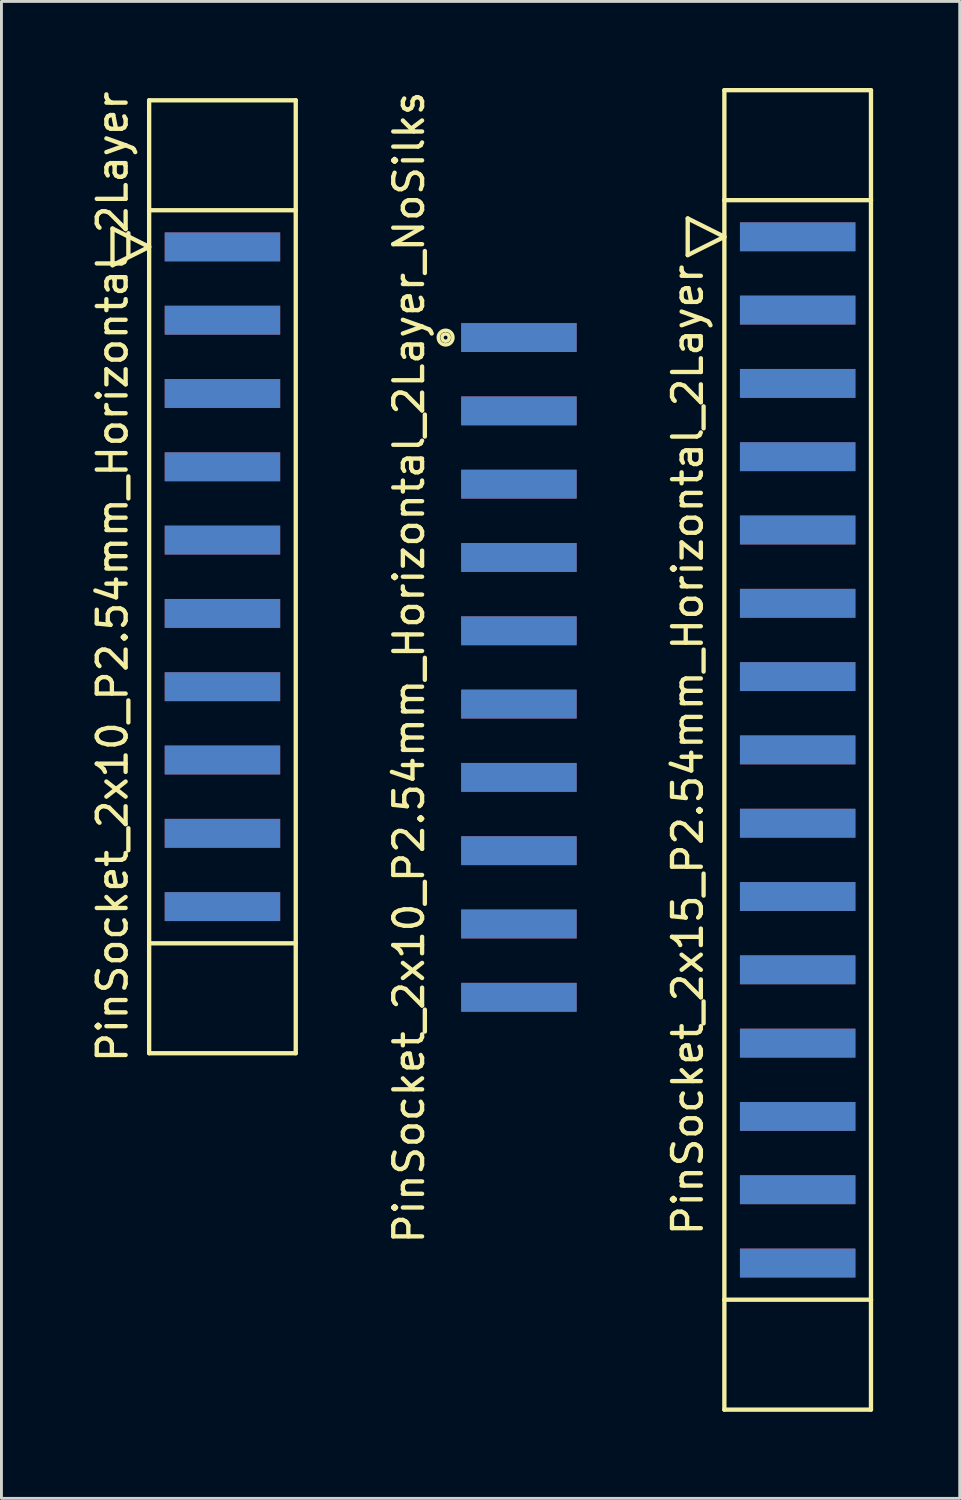
<source format=kicad_pcb>
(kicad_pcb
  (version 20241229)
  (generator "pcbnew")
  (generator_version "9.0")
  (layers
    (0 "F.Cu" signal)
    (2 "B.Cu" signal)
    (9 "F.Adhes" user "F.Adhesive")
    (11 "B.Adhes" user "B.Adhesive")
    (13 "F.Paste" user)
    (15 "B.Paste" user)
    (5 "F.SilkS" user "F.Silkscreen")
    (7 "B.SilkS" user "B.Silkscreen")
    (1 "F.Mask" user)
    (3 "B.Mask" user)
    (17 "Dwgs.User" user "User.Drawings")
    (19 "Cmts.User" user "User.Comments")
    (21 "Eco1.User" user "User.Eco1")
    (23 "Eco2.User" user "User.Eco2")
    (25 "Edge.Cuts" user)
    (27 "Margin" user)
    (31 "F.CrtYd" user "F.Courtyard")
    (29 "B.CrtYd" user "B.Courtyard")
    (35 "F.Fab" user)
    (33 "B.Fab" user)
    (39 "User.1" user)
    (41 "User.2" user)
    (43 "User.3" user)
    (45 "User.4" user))
  (footprint "PinSocket_2x15_P2.54mm_Horizontal_2Layer"
    (layer "F.Cu")
    (at 24.59 22.935)
    (property "Reference" "PinSocket_2x15_P2.54mm_Horizontal_2Layer" (at -3.81 0 90) (unlocked yes) (layer "F.SilkS") (effects (font (size 1 1) (thickness 0.15))))
    (attr smd)
    (fp_line (start -3.81 -18.415) (end -2.54 -17.78) (stroke (width 0.15) (type solid)) (layer "F.SilkS"))
    (fp_line (start -3.81 -17.145) (end -3.81 -18.415) (stroke (width 0.15) (type solid)) (layer "F.SilkS"))
    (fp_line (start -2.54 -22.86) (end 2.54 -22.86) (stroke (width 0.15) (type solid)) (layer "F.SilkS"))
    (fp_line (start -2.54 -19.05) (end -2.54 -22.86) (stroke (width 0.15) (type solid)) (layer "F.SilkS"))
    (fp_line (start -2.54 -19.05) (end 2.54 -19.05) (stroke (width 0.15) (type solid)) (layer "F.SilkS"))
    (fp_line (start -2.54 -17.78) (end -3.81 -17.145) (stroke (width 0.15) (type solid)) (layer "F.SilkS"))
    (fp_line (start -2.54 19.05) (end -2.54 -19.05) (stroke (width 0.15) (type solid)) (layer "F.SilkS"))
    (fp_line (start -2.54 19.05) (end -2.54 22.86) (stroke (width 0.15) (type solid)) (layer "F.SilkS"))
    (fp_line (start -2.54 22.86) (end 2.54 22.86) (stroke (width 0.15) (type solid)) (layer "F.SilkS"))
    (fp_line (start 2.54 -22.86) (end 2.54 -19.05) (stroke (width 0.15) (type solid)) (layer "F.SilkS"))
    (fp_line (start 2.54 -19.05) (end 2.54 19.05) (stroke (width 0.15) (type solid)) (layer "F.SilkS"))
    (fp_line (start 2.54 19.05) (end -2.54 19.05) (stroke (width 0.15) (type solid)) (layer "F.SilkS"))
    (fp_line (start 2.54 22.86) (end 2.54 19.05) (stroke (width 0.15) (type solid)) (layer "F.SilkS"))
    (pad "1" smd rect (at 0 -17.78 90) (size 1 4) (layers "F.Cu" "F.Mask" "F.Paste"))
    (pad "2" smd rect (at 0 -17.78 90) (size 1 4) (layers "B.Cu" "B.Mask" "B.Paste"))
    (pad "3" smd rect (at 0 -15.24 90) (size 1 4) (layers "F.Cu" "F.Mask" "F.Paste"))
    (pad "4" smd rect (at 0 -15.24 90) (size 1 4) (layers "B.Cu" "B.Mask" "B.Paste"))
    (pad "5" smd rect (at 0 -12.7 90) (size 1 4) (layers "F.Cu" "F.Mask" "F.Paste"))
    (pad "6" smd rect (at 0 -12.7 90) (size 1 4) (layers "B.Cu" "B.Mask" "B.Paste"))
    (pad "7" smd rect (at 0 -10.16 90) (size 1 4) (layers "F.Cu" "F.Mask" "F.Paste"))
    (pad "8" smd rect (at 0 -10.16 90) (size 1 4) (layers "B.Cu" "B.Mask" "B.Paste"))
    (pad "9" smd rect (at 0 -7.62 90) (size 1 4) (layers "F.Cu" "F.Mask" "F.Paste"))
    (pad "10" smd rect (at 0 -7.62 90) (size 1 4) (layers "B.Cu" "B.Mask" "B.Paste"))
    (pad "11" smd rect (at 0 -5.08 90) (size 1 4) (layers "F.Cu" "F.Mask" "F.Paste"))
    (pad "12" smd rect (at 0 -5.08 90) (size 1 4) (layers "B.Cu" "B.Mask" "B.Paste"))
    (pad "13" smd rect (at 0 -2.54 90) (size 1 4) (layers "F.Cu" "F.Mask" "F.Paste"))
    (pad "14" smd rect (at 0 -2.54 90) (size 1 4) (layers "B.Cu" "B.Mask" "B.Paste"))
    (pad "15" smd rect (at 0 0 90) (size 1 4) (layers "F.Cu" "F.Mask" "F.Paste"))
    (pad "16" smd rect (at 0 0 90) (size 1 4) (layers "B.Cu" "B.Mask" "B.Paste"))
    (pad "17" smd rect (at 0 2.54 90) (size 1 4) (layers "F.Cu" "F.Mask" "F.Paste"))
    (pad "18" smd rect (at 0 2.54 90) (size 1 4) (layers "B.Cu" "B.Mask" "B.Paste"))
    (pad "19" smd rect (at 0 5.08 90) (size 1 4) (layers "F.Cu" "F.Mask" "F.Paste"))
    (pad "20" smd rect (at 0 5.08 90) (size 1 4) (layers "B.Cu" "B.Mask" "B.Paste"))
    (pad "21" smd rect (at 0 7.62 90) (size 1 4) (layers "F.Cu" "F.Mask" "F.Paste"))
    (pad "22" smd rect (at 0 7.62 90) (size 1 4) (layers "B.Cu" "B.Mask" "B.Paste"))
    (pad "23" smd rect (at 0 10.16 90) (size 1 4) (layers "F.Cu" "F.Mask" "F.Paste"))
    (pad "24" smd rect (at 0 10.16 90) (size 1 4) (layers "B.Cu" "B.Mask" "B.Paste"))
    (pad "25" smd rect (at 0 12.7 90) (size 1 4) (layers "F.Cu" "F.Mask" "F.Paste"))
    (pad "26" smd rect (at 0 12.7 90) (size 1 4) (layers "B.Cu" "B.Mask" "B.Paste"))
    (pad "27" smd rect (at 0 15.24 90) (size 1 4) (layers "F.Cu" "F.Mask" "F.Paste"))
    (pad "28" smd rect (at 0 15.24 90) (size 1 4) (layers "B.Cu" "B.Mask" "B.Paste"))
    (pad "29" smd rect (at 0 17.78 90) (size 1 4) (layers "F.Cu" "F.Mask" "F.Paste"))
    (pad "30" smd rect (at 0 17.78 90) (size 1 4) (layers "B.Cu" "B.Mask" "B.Paste")))
  (footprint "PinSocket_2x10_P2.54mm_Horizontal_2Layer"
    (layer "F.Cu")
    (at 4.658 16.3)
    (property "Reference" "PinSocket_2x10_P2.54mm_Horizontal_2Layer" (at -3.81 0.635 90) (layer "F.SilkS") (effects (font (size 1 1) (thickness 0.15))))
    (attr through_hole)
    (fp_line (start -3.81 -11.43) (end -2.54 -10.795) (stroke (width 0.15) (type solid)) (layer "F.SilkS"))
    (fp_line (start -3.81 -10.16) (end -3.81 -11.43) (stroke (width 0.15) (type solid)) (layer "F.SilkS"))
    (fp_line (start -2.54 -15.875) (end 2.54 -15.875) (stroke (width 0.15) (type solid)) (layer "F.SilkS"))
    (fp_line (start -2.54 -12.065) (end -2.54 -15.875) (stroke (width 0.15) (type solid)) (layer "F.SilkS"))
    (fp_line (start -2.54 -12.065) (end 2.54 -12.065) (stroke (width 0.15) (type solid)) (layer "F.SilkS"))
    (fp_line (start -2.54 -10.795) (end -3.81 -10.16) (stroke (width 0.15) (type solid)) (layer "F.SilkS"))
    (fp_line (start -2.54 13.335) (end -2.54 -12.065) (stroke (width 0.15) (type solid)) (layer "F.SilkS"))
    (fp_line (start -2.54 13.335) (end -2.54 17.145) (stroke (width 0.15) (type solid)) (layer "F.SilkS"))
    (fp_line (start -2.54 17.145) (end 2.54 17.145) (stroke (width 0.15) (type solid)) (layer "F.SilkS"))
    (fp_line (start 2.54 -15.875) (end 2.54 -12.065) (stroke (width 0.15) (type solid)) (layer "F.SilkS"))
    (fp_line (start 2.54 -12.065) (end 2.54 13.335) (stroke (width 0.15) (type solid)) (layer "F.SilkS"))
    (fp_line (start 2.54 13.335) (end -2.54 13.335) (stroke (width 0.15) (type solid)) (layer "F.SilkS"))
    (fp_line (start 2.54 17.145) (end 2.54 13.335) (stroke (width 0.15) (type solid)) (layer "F.SilkS"))
    (pad "1" smd rect (at 0 -10.795 90) (size 1 4) (layers "F.Cu" "F.Mask" "F.Paste"))
    (pad "2" smd rect (at 0 -10.795 90) (size 1 4) (layers "B.Cu" "B.Mask" "B.Paste"))
    (pad "3" smd rect (at 0 -8.255 90) (size 1 4) (layers "F.Cu" "F.Mask" "F.Paste"))
    (pad "4" smd rect (at 0 -8.255 90) (size 1 4) (layers "B.Cu" "B.Mask" "B.Paste"))
    (pad "5" smd rect (at 0 -5.715 90) (size 1 4) (layers "F.Cu" "F.Mask" "F.Paste"))
    (pad "6" smd rect (at 0 -5.715 90) (size 1 4) (layers "B.Cu" "B.Mask" "B.Paste"))
    (pad "7" smd rect (at 0 -3.175 90) (size 1 4) (layers "F.Cu" "F.Mask" "F.Paste"))
    (pad "8" smd rect (at 0 -3.175 90) (size 1 4) (layers "B.Cu" "B.Mask" "B.Paste"))
    (pad "9" smd rect (at 0 -0.635 90) (size 1 4) (layers "F.Cu" "F.Mask" "F.Paste"))
    (pad "10" smd rect (at 0 -0.635 90) (size 1 4) (layers "B.Cu" "B.Mask" "B.Paste"))
    (pad "11" smd rect (at 0 1.905 90) (size 1 4) (layers "F.Cu" "F.Mask" "F.Paste"))
    (pad "12" smd rect (at 0 1.905 90) (size 1 4) (layers "B.Cu" "B.Mask" "B.Paste"))
    (pad "13" smd rect (at 0 4.445 90) (size 1 4) (layers "F.Cu" "F.Mask" "F.Paste"))
    (pad "14" smd rect (at 0 4.445 90) (size 1 4) (layers "B.Cu" "B.Mask" "B.Paste"))
    (pad "15" smd rect (at 0 6.985 90) (size 1 4) (layers "F.Cu" "F.Mask" "F.Paste"))
    (pad "16" smd rect (at 0 6.985 90) (size 1 4) (layers "B.Cu" "B.Mask" "B.Paste"))
    (pad "17" smd rect (at 0 9.525 90) (size 1 4) (layers "F.Cu" "F.Mask" "F.Paste"))
    (pad "18" smd rect (at 0 9.525 90) (size 1 4) (layers "B.Cu" "B.Mask" "B.Paste"))
    (pad "19" smd rect (at 0 12.065 90) (size 1 4) (layers "F.Cu" "F.Mask" "F.Paste"))
    (pad "20" smd rect (at 0 12.065 90) (size 1 4) (layers "B.Cu" "B.Mask" "B.Paste")))
  (footprint "PinSocket_2x10_P2.54mm_Horizontal_2Layer_NoSilks"
    (layer "F.Cu")
    (at 14.931 19.442)
    (property "Reference" "PinSocket_2x10_P2.54mm_Horizontal_2Layer_NoSilks" (at -3.81 0.635 90) (layer "F.SilkS") (effects (font (size 1 1) (thickness 0.15))))
    (attr through_hole)
    (fp_circle (center -2.54 -10.795) (end -2.54 -11.049) (stroke (width 0.12) (type solid)) (fill no) (layer "F.SilkS"))
    (fp_circle (center -2.54 -10.795) (end -2.54 -10.922) (stroke (width 0.12) (type solid)) (fill no) (layer "F.SilkS"))
    (pad "1" smd rect (at 0 -10.795 90) (size 1 4) (layers "F.Cu" "F.Mask" "F.Paste"))
    (pad "2" smd rect (at 0 -10.795 90) (size 1 4) (layers "B.Cu" "B.Mask" "B.Paste"))
    (pad "3" smd rect (at 0 -8.255 90) (size 1 4) (layers "F.Cu" "F.Mask" "F.Paste"))
    (pad "4" smd rect (at 0 -8.255 90) (size 1 4) (layers "B.Cu" "B.Mask" "B.Paste"))
    (pad "5" smd rect (at 0 -5.715 90) (size 1 4) (layers "F.Cu" "F.Mask" "F.Paste"))
    (pad "6" smd rect (at 0 -5.715 90) (size 1 4) (layers "B.Cu" "B.Mask" "B.Paste"))
    (pad "7" smd rect (at 0 -3.175 90) (size 1 4) (layers "F.Cu" "F.Mask" "F.Paste"))
    (pad "8" smd rect (at 0 -3.175 90) (size 1 4) (layers "B.Cu" "B.Mask" "B.Paste"))
    (pad "9" smd rect (at 0 -0.635 90) (size 1 4) (layers "F.Cu" "F.Mask" "F.Paste"))
    (pad "10" smd rect (at 0 -0.635 90) (size 1 4) (layers "B.Cu" "B.Mask" "B.Paste"))
    (pad "11" smd rect (at 0 1.905 90) (size 1 4) (layers "F.Cu" "F.Mask" "F.Paste"))
    (pad "12" smd rect (at 0 1.905 90) (size 1 4) (layers "B.Cu" "B.Mask" "B.Paste"))
    (pad "13" smd rect (at 0 4.445 90) (size 1 4) (layers "F.Cu" "F.Mask" "F.Paste"))
    (pad "14" smd rect (at 0 4.445 90) (size 1 4) (layers "B.Cu" "B.Mask" "B.Paste"))
    (pad "15" smd rect (at 0 6.985 90) (size 1 4) (layers "F.Cu" "F.Mask" "F.Paste"))
    (pad "16" smd rect (at 0 6.985 90) (size 1 4) (layers "B.Cu" "B.Mask" "B.Paste"))
    (pad "17" smd rect (at 0 9.525 90) (size 1 4) (layers "F.Cu" "F.Mask" "F.Paste"))
    (pad "18" smd rect (at 0 9.525 90) (size 1 4) (layers "B.Cu" "B.Mask" "B.Paste"))
    (pad "19" smd rect (at 0 12.065 90) (size 1 4) (layers "F.Cu" "F.Mask" "F.Paste"))
    (pad "20" smd rect (at 0 12.065 90) (size 1 4) (layers "B.Cu" "B.Mask" "B.Paste")))
  (gr_rect
    (start -3 -3)
    (end 30.205 48.87)
    (stroke (width 0.1) (type default))
    (fill no)
    (layer "Edge.Cuts")))
</source>
